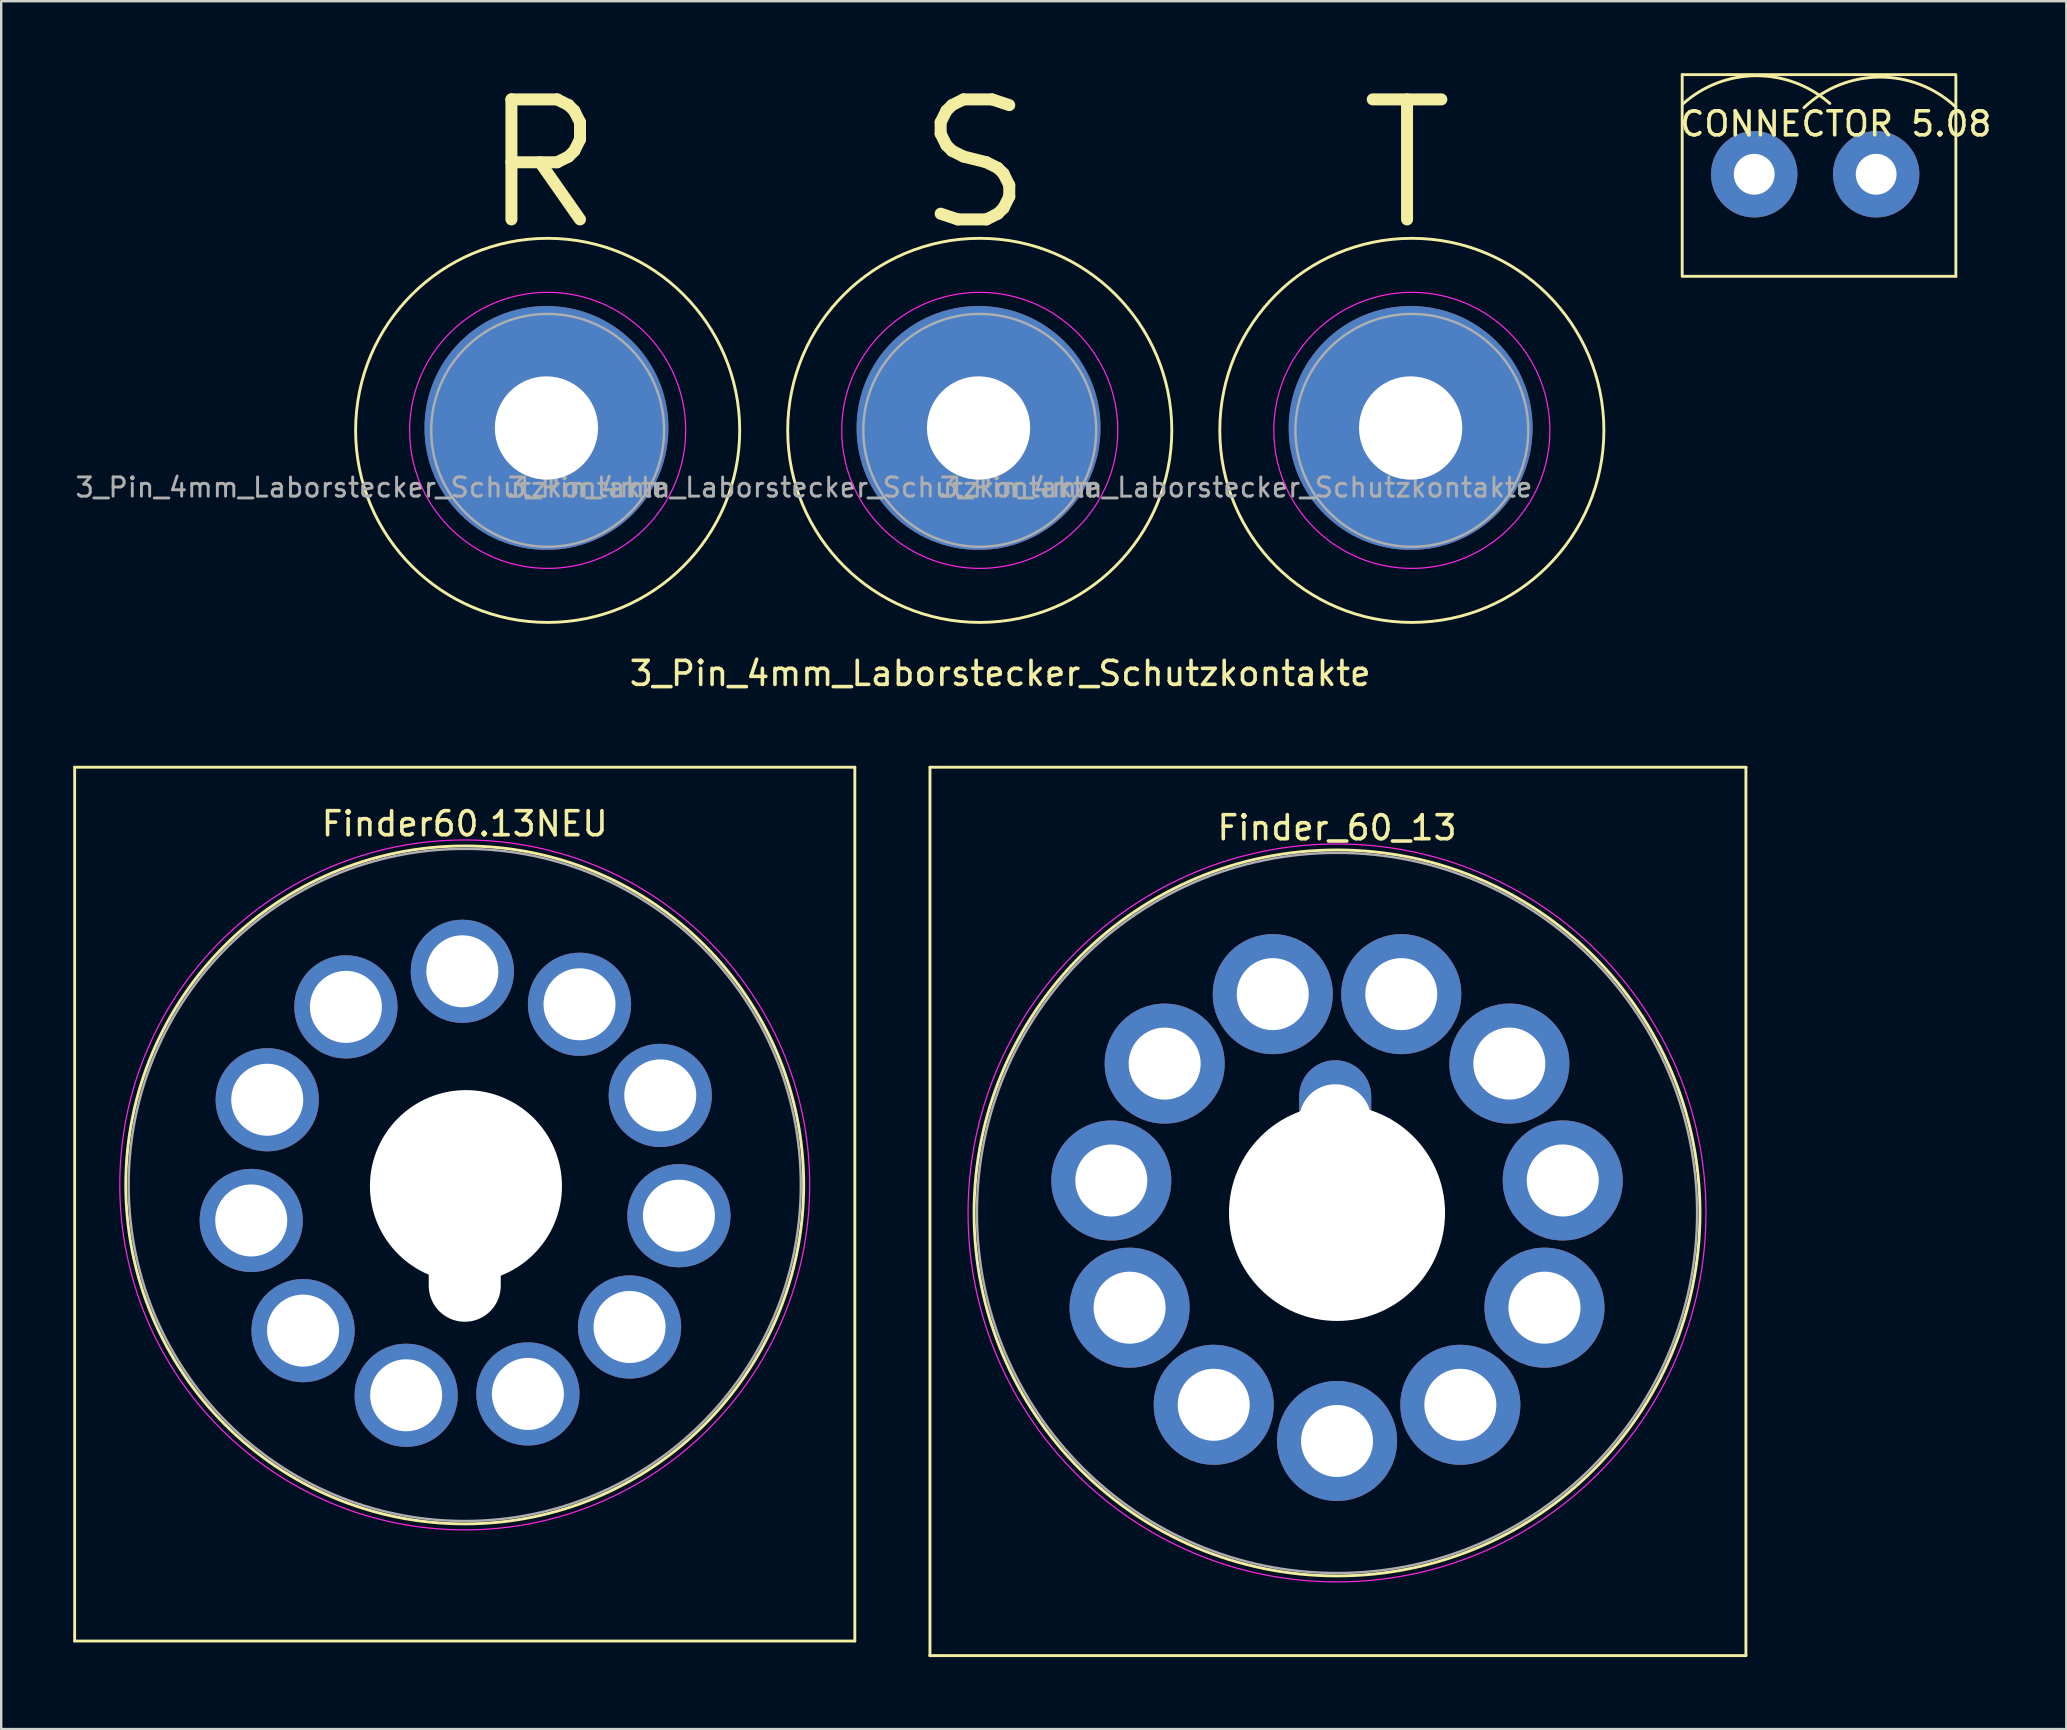
<source format=kicad_pcb>
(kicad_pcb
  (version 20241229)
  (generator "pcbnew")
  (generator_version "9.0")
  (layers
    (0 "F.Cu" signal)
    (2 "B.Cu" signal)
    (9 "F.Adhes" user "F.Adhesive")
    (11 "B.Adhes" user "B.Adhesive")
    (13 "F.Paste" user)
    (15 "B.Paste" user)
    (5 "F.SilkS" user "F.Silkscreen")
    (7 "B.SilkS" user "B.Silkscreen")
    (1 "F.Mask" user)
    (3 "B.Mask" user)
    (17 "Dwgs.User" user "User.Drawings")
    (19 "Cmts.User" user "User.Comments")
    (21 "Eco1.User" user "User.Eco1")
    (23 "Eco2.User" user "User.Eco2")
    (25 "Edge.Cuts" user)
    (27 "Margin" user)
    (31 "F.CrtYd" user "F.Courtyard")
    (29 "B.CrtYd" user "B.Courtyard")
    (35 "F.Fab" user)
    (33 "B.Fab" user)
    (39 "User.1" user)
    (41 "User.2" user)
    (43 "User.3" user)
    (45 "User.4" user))
  (footprint "Finder_60_13"
    (layer "F.Cu")
    (at 52.647 47.478)
    (property "Reference" "Finder_60_13" (at 0 -16.045 0) (layer "F.SilkS") (effects (font (size 1 1) (thickness 0.15))))
    (attr through_hole)
    (fp_line (start -16.957 -18.567) (end -16.957 18.433) (stroke (width 0.12) (type solid)) (layer "F.SilkS"))
    (fp_line (start -16.957 -18.567) (end 17.043 -18.567) (stroke (width 0.12) (type solid)) (layer "F.SilkS"))
    (fp_line (start 17.033 18.44) (end -16.967 18.44) (stroke (width 0.12) (type solid)) (layer "F.SilkS"))
    (fp_line (start 17.033 18.44) (end 17.033 -18.56) (stroke (width 0.12) (type solid)) (layer "F.SilkS"))
    (fp_circle (center 0 0) (end 0 15.12) (stroke (width 0.12) (type solid)) (fill no) (layer "F.SilkS"))
    (fp_circle (center 0 0) (end 0 15.37) (stroke (width 0.05) (type solid)) (fill no) (layer "F.CrtYd"))
    (fp_circle (center 0 0) (end 0 15) (stroke (width 0.1) (type solid)) (fill no) (layer "F.Fab"))
    (pad "" np_thru_hole oval (at -0.076 -3.861) (size 3 5) (drill 3) (layers "*.Cu" "*.Mask"))
    (pad "" np_thru_hole circle (at 0 0) (size 9 9) (drill 9) (layers "*.Cu" "*.Mask"))
    (pad "1" thru_hole oval (at 2.676 -9.115 32) (size 5 5) (drill 3) (layers "*.Cu" "*.Mask"))
    (pad "2" thru_hole oval (at 7.179 -6.222 32) (size 5 5) (drill 3) (layers "*.Cu" "*.Mask"))
    (pad "3" thru_hole oval (at 9.403 -1.353 32) (size 5 5) (drill 3) (layers "*.Cu" "*.Mask"))
    (pad "4" thru_hole oval (at 8.642 3.946 32) (size 5 5) (drill 3) (layers "*.Cu" "*.Mask"))
    (pad "5" thru_hole oval (at 5.137 7.992 32) (size 5 5) (drill 3) (layers "*.Cu" "*.Mask"))
    (pad "6" thru_hole oval (at 0.001 9.5 32) (size 5 5) (drill 3) (layers "*.Cu" "*.Mask"))
    (pad "7" thru_hole oval (at -5.136 7.992 32) (size 5 5) (drill 3) (layers "*.Cu" "*.Mask"))
    (pad "8" thru_hole oval (at -8.641 3.947 32) (size 5 5) (drill 3) (layers "*.Cu" "*.Mask"))
    (pad "9" thru_hole oval (at -9.403 -1.351 32) (size 5 5) (drill 3) (layers "*.Cu" "*.Mask"))
    (pad "10" thru_hole oval (at -7.18 -6.221 32) (size 5 5) (drill 3) (layers "*.Cu" "*.Mask"))
    (pad "11" thru_hole oval (at -2.677 -9.115 32) (size 5 5) (drill 3) (layers "*.Cu" "*.Mask")))
  (footprint "Finder60.13NEU"
    (layer "F.Cu")
    (at 16.31 46.311)
    (property "Reference" "Finder60.13NEU" (at 0 -15.045 0) (layer "F.SilkS") (effects (font (size 1 1) (thickness 0.15))))
    (attr through_hole)
    (fp_line (start -16.25 -17.4) (end -16.25 19) (stroke (width 0.12) (type solid)) (layer "F.SilkS"))
    (fp_line (start -16.25 -17.4) (end 16.25 -17.4) (stroke (width 0.12) (type solid)) (layer "F.SilkS"))
    (fp_line (start 16.25 19) (end -16.25 19) (stroke (width 0.12) (type solid)) (layer "F.SilkS"))
    (fp_line (start 16.25 19) (end 16.25 -17.4) (stroke (width 0.12) (type solid)) (layer "F.SilkS"))
    (fp_circle (center 0 0) (end 0 14.12) (stroke (width 0.12) (type solid)) (fill no) (layer "F.SilkS"))
    (fp_circle (center 0 0) (end 0 14.37) (stroke (width 0.05) (type solid)) (fill no) (layer "F.CrtYd"))
    (fp_circle (center 0 0) (end 0 14) (stroke (width 0.1) (type solid)) (fill no) (layer "F.Fab"))
    (pad "" np_thru_hole oval (at 0 3.7) (size 3 4) (drill oval 3 4) (layers "*.Cu" "*.Mask"))
    (pad "" np_thru_hole circle (at 0.05 0.05) (size 8 8) (drill 8) (layers "*.Cu" "*.Mask"))
    (pad "1" thru_hole oval (at 2.631 8.707) (size 4.3 4.3) (drill 3) (layers "*.Cu" "*.Mask"))
    (pad "2" thru_hole oval (at 6.867 5.918) (size 4.3 4.3) (drill 3) (layers "*.Cu" "*.Mask"))
    (pad "3" thru_hole oval (at 8.922 1.282) (size 4.3 4.3) (drill 3) (layers "*.Cu" "*.Mask"))
    (pad "4" thru_hole oval (at 8.145 -3.729) (size 4.3 4.3) (drill 3) (layers "*.Cu" "*.Mask"))
    (pad "5" thru_hole oval (at 4.781 -7.525) (size 4.3 4.3) (drill 3) (layers "*.Cu" "*.Mask"))
    (pad "6" thru_hole oval (at -0.1 -8.899) (size 4.3 4.3) (drill 3) (layers "*.Cu" "*.Mask"))
    (pad "7" thru_hole oval (at -4.95 -7.417) (size 4.3 4.3) (drill 3) (layers "*.Cu" "*.Mask"))
    (pad "8" thru_hole oval (at -8.228 -3.548) (size 4.3 4.3) (drill 3) (layers "*.Cu" "*.Mask"))
    (pad "9" thru_hole oval (at -8.894 1.48) (size 4.3 4.3) (drill 3) (layers "*.Cu" "*.Mask"))
    (pad "10" thru_hole oval (at -6.736 6.069) (size 4.3 4.3) (drill 3) (layers "*.Cu" "*.Mask"))
    (pad "11" thru_hole oval (at -2.44 8.763) (size 4.3 4.3) (drill 3) (layers "*.Cu" "*.Mask")))
  (footprint "3_Pin_4mm_Laborstecker_Schutzkontakte"
    (layer "F.Cu")
    (at 30.564 8.928)
    (property "Reference" "3_Pin_4mm_Laborstecker_Schutzkontakte" (at 8.05 16.075 0) (layer "F.SilkS") (effects (font (size 1 1) (thickness 0.15))))
    (attr through_hole)
    (fp_circle (center -10.8 5.95) (end -2.8 5.95) (stroke (width 0.12) (type solid)) (fill no) (layer "F.SilkS"))
    (fp_circle (center 7.2 5.95) (end 15.2 5.95) (stroke (width 0.12) (type solid)) (fill no) (layer "F.SilkS"))
    (fp_circle (center 25.2 5.95) (end 33.2 5.95) (stroke (width 0.12) (type solid)) (fill no) (layer "F.SilkS"))
    (fp_circle (center -10.8 5.95) (end -5.05 5.95) (stroke (width 0.05) (type solid)) (fill no) (layer "F.CrtYd"))
    (fp_circle (center 7.2 5.95) (end 12.95 5.95) (stroke (width 0.05) (type solid)) (fill no) (layer "F.CrtYd"))
    (fp_circle (center 25.2 5.95) (end 30.95 5.95) (stroke (width 0.05) (type solid)) (fill no) (layer "F.CrtYd"))
    (fp_circle (center -10.8 5.95) (end -8.8 5.95) (stroke (width 0.1) (type solid)) (fill no) (layer "F.Fab"))
    (fp_circle (center -10.8 5.95) (end -5.95 6) (stroke (width 0.1) (type solid)) (fill no) (layer "F.Fab"))
    (fp_circle (center 7.2 5.95) (end 9.2 5.95) (stroke (width 0.1) (type solid)) (fill no) (layer "F.Fab"))
    (fp_circle (center 7.2 5.95) (end 12.05 6) (stroke (width 0.1) (type solid)) (fill no) (layer "F.Fab"))
    (fp_circle (center 25.2 5.95) (end 27.2 5.95) (stroke (width 0.1) (type solid)) (fill no) (layer "F.Fab"))
    (fp_circle (center 25.2 5.95) (end 30.05 6) (stroke (width 0.1) (type solid)) (fill no) (layer "F.Fab"))
    (fp_text user "R" (at -11 -5.125 0) (layer "F.SilkS") (effects (font (size 5 5) (thickness 0.5))))
    (fp_text user "T" (at 25 -5.125 0) (layer "F.SilkS") (effects (font (size 5 5) (thickness 0.5))))
    (fp_text user "S" (at 7 -5.125 0) (layer "F.SilkS") (effects (font (size 5 5) (thickness 0.5))))
    (fp_text user "${REFERENCE}" (at -0.121 8.326 0) (layer "F.Fab") (effects (font (size 0.8 0.8) (thickness 0.12))))
    (fp_text user "${REFERENCE}" (at -18.122 8.326 0) (layer "F.Fab") (effects (font (size 0.8 0.8) (thickness 0.12))))
    (fp_text user "${REFERENCE}" (at 17.878 8.326 0) (layer "F.Fab") (effects (font (size 0.8 0.8) (thickness 0.12))))
    (pad "1" thru_hole circle (at -10.85 5.85) (size 10.16 10.16) (drill 4.3) (layers "*.Cu" "*.Mask"))
    (pad "2" thru_hole circle (at 7.15 5.85) (size 10.16 10.16) (drill 4.3) (layers "*.Cu" "*.Mask"))
    (pad "3" thru_hole circle (at 25.15 5.85) (size 10.16 10.16) (drill 4.3) (layers "*.Cu" "*.Mask")))
  (footprint "CONNECTOR 5.08"
    (layer "F.Cu")
    (at 73.426 1.61)
    (property "Reference" "CONNECTOR 5.08" (at 0 0.5 0) (layer "F.SilkS") (effects (font (size 1 1) (thickness 0.15))))
    (attr through_hole)
    (fp_line (start -6.4 -1.55) (end -6.4 6.85) (stroke (width 0.12) (type solid)) (layer "F.SilkS"))
    (fp_line (start -6.4 -1.55) (end 4.96 -1.55) (stroke (width 0.12) (type solid)) (layer "F.SilkS"))
    (fp_line (start 5 6.85) (end -6.36 6.85) (stroke (width 0.12) (type solid)) (layer "F.SilkS"))
    (fp_line (start 5 6.85) (end 5 -1.55) (stroke (width 0.12) (type solid)) (layer "F.SilkS"))
    (fp_arc (start -6.373118 -0.329422) (mid -3.315475 -1.504862) (end -0.250001 -0.349999) (stroke (width 0.12) (type solid)) (layer "F.SilkS"))
    (fp_arc (start -1.326242 -0.175128) (mid 1.831922 -1.448333) (end 4.999999 -0.199999) (stroke (width 0.12) (type solid)) (layer "F.SilkS"))
    (pad "1" thru_hole circle (at -3.4 2.6) (size 3.6 3.6) (drill 1.7) (layers "*.Cu" "*.Mask"))
    (pad "2" thru_hole circle (at 1.68 2.6) (size 3.6 3.6) (drill 1.7) (layers "*.Cu" "*.Mask")))
  (gr_rect
    (start -3 -3)
    (end 83.027 68.979)
    (stroke (width 0.1) (type default))
    (fill no)
    (layer "Edge.Cuts")))
</source>
